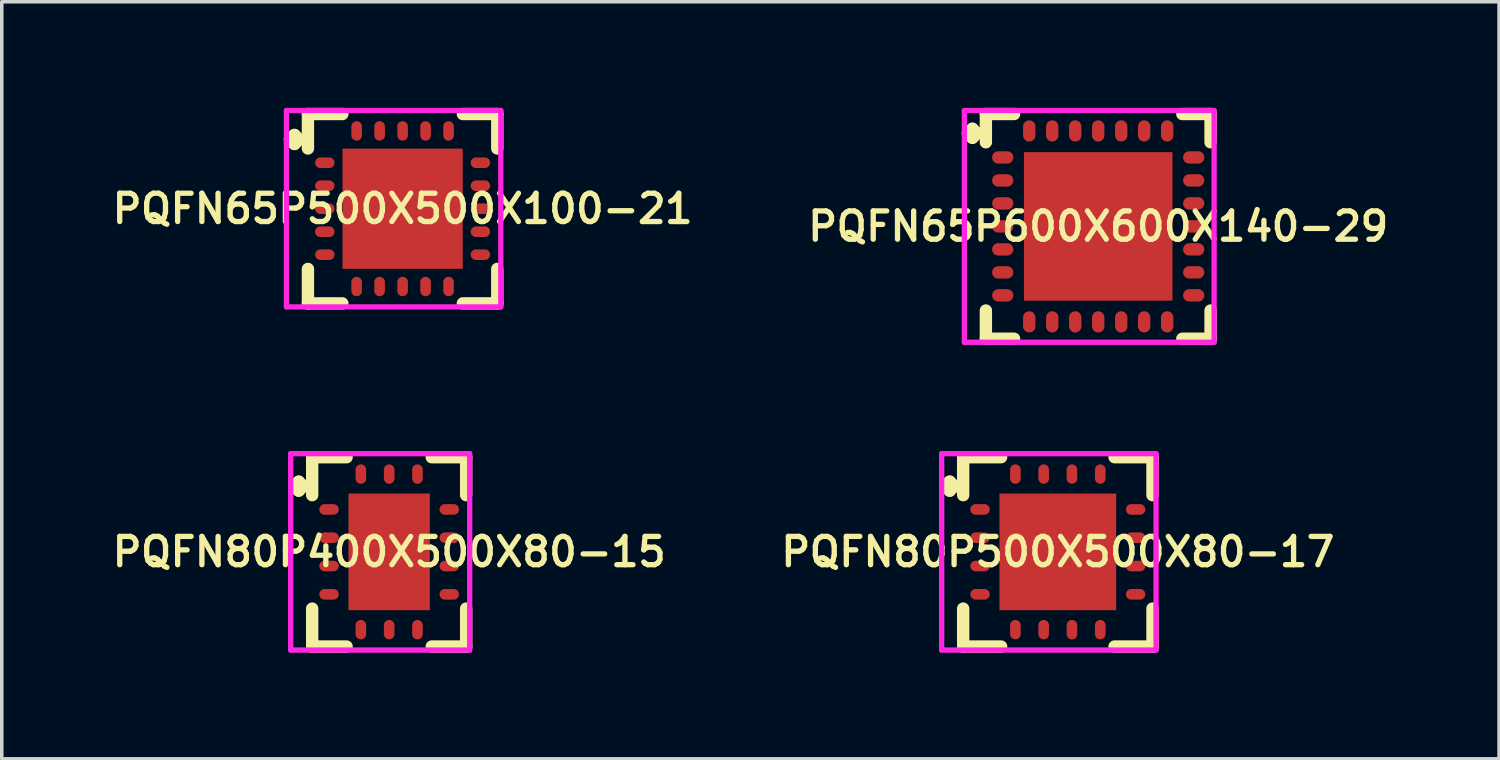
<source format=kicad_pcb>
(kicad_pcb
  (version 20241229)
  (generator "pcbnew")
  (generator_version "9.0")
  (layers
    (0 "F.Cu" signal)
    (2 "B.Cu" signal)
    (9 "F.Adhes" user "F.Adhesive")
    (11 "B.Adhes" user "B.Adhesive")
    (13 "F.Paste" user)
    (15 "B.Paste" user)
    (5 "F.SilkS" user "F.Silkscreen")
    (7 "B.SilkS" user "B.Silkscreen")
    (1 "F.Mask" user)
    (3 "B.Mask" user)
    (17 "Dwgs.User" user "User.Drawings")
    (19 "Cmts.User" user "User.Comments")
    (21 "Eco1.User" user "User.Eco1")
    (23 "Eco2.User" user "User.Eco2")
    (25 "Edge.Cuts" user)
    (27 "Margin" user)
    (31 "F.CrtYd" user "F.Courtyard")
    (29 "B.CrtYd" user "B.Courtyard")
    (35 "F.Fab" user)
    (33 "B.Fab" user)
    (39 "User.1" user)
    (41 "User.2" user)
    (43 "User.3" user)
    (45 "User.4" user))
  (footprint "PQFN65P600X600X140-29"
    (layer "F.Cu")
    (at 28.006 3.352)
    (property "Reference" "PQFN65P600X600X140-29" (at 0 0 0) (layer "F.SilkS") (effects (font (size 0.8 0.8) (thickness 0.15))))
    (attr smd)
    (fp_line (start -3.685 -2.633) (end -3.558 -2.76) (stroke (width 0.35) (type solid)) (layer "F.SilkS"))
    (fp_line (start -3.558 -2.76) (end -3.431 -2.633) (stroke (width 0.35) (type solid)) (layer "F.SilkS"))
    (fp_line (start -3.558 -2.506) (end -3.685 -2.633) (stroke (width 0.35) (type solid)) (layer "F.SilkS"))
    (fp_line (start -3.431 -2.633) (end -3.558 -2.506) (stroke (width 0.35) (type solid)) (layer "F.SilkS"))
    (fp_line (start -3.177 -3.177) (end -2.379 -3.177) (stroke (width 0.35) (type solid)) (layer "F.SilkS"))
    (fp_line (start -3.177 -2.379) (end -3.177 -3.177) (stroke (width 0.35) (type solid)) (layer "F.SilkS"))
    (fp_line (start -3.177 2.379) (end -3.177 3.177) (stroke (width 0.35) (type solid)) (layer "F.SilkS"))
    (fp_line (start -3.177 3.177) (end -2.379 3.177) (stroke (width 0.35) (type solid)) (layer "F.SilkS"))
    (fp_line (start 2.379 -3.177) (end 3.177 -3.177) (stroke (width 0.35) (type solid)) (layer "F.SilkS"))
    (fp_line (start 2.379 3.177) (end 3.177 3.177) (stroke (width 0.35) (type solid)) (layer "F.SilkS"))
    (fp_line (start 3.177 -3.177) (end 3.177 -2.379) (stroke (width 0.35) (type solid)) (layer "F.SilkS"))
    (fp_line (start 3.177 3.177) (end 3.177 2.379) (stroke (width 0.35) (type solid)) (layer "F.SilkS"))
    (fp_line (start -3.785 -3.277) (end 3.277 -3.277) (stroke (width 0.15) (type solid)) (layer "F.CrtYd"))
    (fp_line (start -3.785 3.277) (end -3.785 -3.277) (stroke (width 0.15) (type solid)) (layer "F.CrtYd"))
    (fp_line (start 3.277 -3.277) (end 3.277 3.277) (stroke (width 0.15) (type solid)) (layer "F.CrtYd"))
    (fp_line (start 3.277 3.277) (end -3.785 3.277) (stroke (width 0.15) (type solid)) (layer "F.CrtYd"))
    (pad "1" smd oval (at -2.7 -1.95) (size 0.6 0.35) (layers "F.Cu" "F.Mask" "F.Paste"))
    (pad "2" smd oval (at -2.7 -1.3) (size 0.6 0.35) (layers "F.Cu" "F.Mask" "F.Paste"))
    (pad "3" smd oval (at -2.7 -0.65) (size 0.6 0.35) (layers "F.Cu" "F.Mask" "F.Paste"))
    (pad "4" smd oval (at -2.7 0) (size 0.6 0.35) (layers "F.Cu" "F.Mask" "F.Paste"))
    (pad "5" smd oval (at -2.7 0.65) (size 0.6 0.35) (layers "F.Cu" "F.Mask" "F.Paste"))
    (pad "6" smd oval (at -2.7 1.3) (size 0.6 0.35) (layers "F.Cu" "F.Mask" "F.Paste"))
    (pad "7" smd oval (at -2.7 1.95) (size 0.6 0.35) (layers "F.Cu" "F.Mask" "F.Paste"))
    (pad "8" smd oval (at -1.95 2.7) (size 0.35 0.6) (layers "F.Cu" "F.Mask" "F.Paste"))
    (pad "9" smd oval (at -1.3 2.7) (size 0.35 0.6) (layers "F.Cu" "F.Mask" "F.Paste"))
    (pad "10" smd oval (at -0.65 2.7) (size 0.35 0.6) (layers "F.Cu" "F.Mask" "F.Paste"))
    (pad "11" smd oval (at 0 2.7) (size 0.35 0.6) (layers "F.Cu" "F.Mask" "F.Paste"))
    (pad "12" smd oval (at 0.65 2.7) (size 0.35 0.6) (layers "F.Cu" "F.Mask" "F.Paste"))
    (pad "13" smd oval (at 1.3 2.7) (size 0.35 0.6) (layers "F.Cu" "F.Mask" "F.Paste"))
    (pad "14" smd oval (at 1.95 2.7) (size 0.35 0.6) (layers "F.Cu" "F.Mask" "F.Paste"))
    (pad "15" smd oval (at 2.7 1.95) (size 0.6 0.35) (layers "F.Cu" "F.Mask" "F.Paste"))
    (pad "16" smd oval (at 2.7 1.3) (size 0.6 0.35) (layers "F.Cu" "F.Mask" "F.Paste"))
    (pad "17" smd oval (at 2.7 0.65) (size 0.6 0.35) (layers "F.Cu" "F.Mask" "F.Paste"))
    (pad "18" smd oval (at 2.7 0) (size 0.6 0.35) (layers "F.Cu" "F.Mask" "F.Paste"))
    (pad "19" smd oval (at 2.7 -0.65) (size 0.6 0.35) (layers "F.Cu" "F.Mask" "F.Paste"))
    (pad "20" smd oval (at 2.7 -1.3) (size 0.6 0.35) (layers "F.Cu" "F.Mask" "F.Paste"))
    (pad "21" smd oval (at 2.7 -1.95) (size 0.6 0.35) (layers "F.Cu" "F.Mask" "F.Paste"))
    (pad "22" smd oval (at 1.95 -2.7) (size 0.35 0.6) (layers "F.Cu" "F.Mask" "F.Paste"))
    (pad "23" smd oval (at 1.3 -2.7) (size 0.35 0.6) (layers "F.Cu" "F.Mask" "F.Paste"))
    (pad "24" smd oval (at 0.65 -2.7) (size 0.35 0.6) (layers "F.Cu" "F.Mask" "F.Paste"))
    (pad "25" smd oval (at 0 -2.7) (size 0.35 0.6) (layers "F.Cu" "F.Mask" "F.Paste"))
    (pad "26" smd oval (at -0.65 -2.7) (size 0.35 0.6) (layers "F.Cu" "F.Mask" "F.Paste"))
    (pad "27" smd oval (at -1.3 -2.7) (size 0.35 0.6) (layers "F.Cu" "F.Mask" "F.Paste"))
    (pad "28" smd oval (at -1.95 -2.7) (size 0.35 0.6) (layers "F.Cu" "F.Mask" "F.Paste"))
    (pad "29" smd rect (at 0 0) (size 4.2 4.2) (layers "F.Cu" "F.Mask" "F.Paste")))
  (footprint "PQFN80P400X500X80-15"
    (layer "F.Cu")
    (at 7.955 12.556)
    (property "Reference" "PQFN80P400X500X80-15" (at 0 0 0) (layer "F.SilkS") (effects (font (size 0.8 0.8) (thickness 0.15))))
    (attr smd)
    (fp_line (start -2.685 -1.858) (end -2.558 -1.985) (stroke (width 0.35) (type solid)) (layer "F.SilkS"))
    (fp_line (start -2.558 -1.985) (end -2.431 -1.858) (stroke (width 0.35) (type solid)) (layer "F.SilkS"))
    (fp_line (start -2.558 -1.731) (end -2.685 -1.858) (stroke (width 0.35) (type solid)) (layer "F.SilkS"))
    (fp_line (start -2.431 -1.858) (end -2.558 -1.731) (stroke (width 0.35) (type solid)) (layer "F.SilkS"))
    (fp_line (start -2.177 -2.677) (end -1.204 -2.677) (stroke (width 0.35) (type solid)) (layer "F.SilkS"))
    (fp_line (start -2.177 -1.604) (end -2.177 -2.677) (stroke (width 0.35) (type solid)) (layer "F.SilkS"))
    (fp_line (start -2.177 1.604) (end -2.177 2.677) (stroke (width 0.35) (type solid)) (layer "F.SilkS"))
    (fp_line (start -2.177 2.677) (end -1.204 2.677) (stroke (width 0.35) (type solid)) (layer "F.SilkS"))
    (fp_line (start 1.204 -2.677) (end 2.177 -2.677) (stroke (width 0.35) (type solid)) (layer "F.SilkS"))
    (fp_line (start 1.204 2.677) (end 2.177 2.677) (stroke (width 0.35) (type solid)) (layer "F.SilkS"))
    (fp_line (start 2.177 -2.677) (end 2.177 -1.604) (stroke (width 0.35) (type solid)) (layer "F.SilkS"))
    (fp_line (start 2.177 2.677) (end 2.177 1.604) (stroke (width 0.35) (type solid)) (layer "F.SilkS"))
    (fp_line (start -2.785 -2.777) (end 2.277 -2.777) (stroke (width 0.15) (type solid)) (layer "F.CrtYd"))
    (fp_line (start -2.785 2.777) (end -2.785 -2.777) (stroke (width 0.15) (type solid)) (layer "F.CrtYd"))
    (fp_line (start 2.277 -2.777) (end 2.277 2.777) (stroke (width 0.15) (type solid)) (layer "F.CrtYd"))
    (fp_line (start 2.277 2.777) (end -2.785 2.777) (stroke (width 0.15) (type solid)) (layer "F.CrtYd"))
    (pad "1" smd oval (at -1.7 -1.2) (size 0.55 0.3) (layers "F.Cu" "F.Mask" "F.Paste"))
    (pad "2" smd oval (at -1.7 -0.4) (size 0.55 0.3) (layers "F.Cu" "F.Mask" "F.Paste"))
    (pad "3" smd oval (at -1.7 0.4) (size 0.55 0.3) (layers "F.Cu" "F.Mask" "F.Paste"))
    (pad "4" smd oval (at -1.7 1.2) (size 0.55 0.3) (layers "F.Cu" "F.Mask" "F.Paste"))
    (pad "5" smd oval (at -0.8 2.2) (size 0.3 0.55) (layers "F.Cu" "F.Mask" "F.Paste"))
    (pad "6" smd oval (at 0 2.2) (size 0.3 0.55) (layers "F.Cu" "F.Mask" "F.Paste"))
    (pad "7" smd oval (at 0.8 2.2) (size 0.3 0.55) (layers "F.Cu" "F.Mask" "F.Paste"))
    (pad "8" smd oval (at 1.7 1.2) (size 0.55 0.3) (layers "F.Cu" "F.Mask" "F.Paste"))
    (pad "9" smd oval (at 1.7 0.4) (size 0.55 0.3) (layers "F.Cu" "F.Mask" "F.Paste"))
    (pad "10" smd oval (at 1.7 -0.4) (size 0.55 0.3) (layers "F.Cu" "F.Mask" "F.Paste"))
    (pad "11" smd oval (at 1.7 -1.2) (size 0.55 0.3) (layers "F.Cu" "F.Mask" "F.Paste"))
    (pad "12" smd oval (at 0.8 -2.2) (size 0.3 0.55) (layers "F.Cu" "F.Mask" "F.Paste"))
    (pad "13" smd oval (at 0 -2.2) (size 0.3 0.55) (layers "F.Cu" "F.Mask" "F.Paste"))
    (pad "14" smd oval (at -0.8 -2.2) (size 0.3 0.55) (layers "F.Cu" "F.Mask" "F.Paste"))
    (pad "15" smd rect (at 0 0) (size 2.3 3.3) (layers "F.Cu" "F.Mask" "F.Paste")))
  (footprint "PQFN65P500X500X100-21"
    (layer "F.Cu")
    (at 8.335 2.852)
    (property "Reference" "PQFN65P500X500X100-21" (at 0 0 0) (layer "F.SilkS") (effects (font (size 0.8 0.8) (thickness 0.15))))
    (attr smd)
    (fp_line (start -3.185 -1.958) (end -3.058 -2.085) (stroke (width 0.35) (type solid)) (layer "F.SilkS"))
    (fp_line (start -3.058 -2.085) (end -2.931 -1.958) (stroke (width 0.35) (type solid)) (layer "F.SilkS"))
    (fp_line (start -3.058 -1.831) (end -3.185 -1.958) (stroke (width 0.35) (type solid)) (layer "F.SilkS"))
    (fp_line (start -2.931 -1.958) (end -3.058 -1.831) (stroke (width 0.35) (type solid)) (layer "F.SilkS"))
    (fp_line (start -2.677 -2.677) (end -1.704 -2.677) (stroke (width 0.35) (type solid)) (layer "F.SilkS"))
    (fp_line (start -2.677 -1.704) (end -2.677 -2.677) (stroke (width 0.35) (type solid)) (layer "F.SilkS"))
    (fp_line (start -2.677 1.704) (end -2.677 2.677) (stroke (width 0.35) (type solid)) (layer "F.SilkS"))
    (fp_line (start -2.677 2.677) (end -1.704 2.677) (stroke (width 0.35) (type solid)) (layer "F.SilkS"))
    (fp_line (start 1.704 -2.677) (end 2.677 -2.677) (stroke (width 0.35) (type solid)) (layer "F.SilkS"))
    (fp_line (start 1.704 2.677) (end 2.677 2.677) (stroke (width 0.35) (type solid)) (layer "F.SilkS"))
    (fp_line (start 2.677 -2.677) (end 2.677 -1.704) (stroke (width 0.35) (type solid)) (layer "F.SilkS"))
    (fp_line (start 2.677 2.677) (end 2.677 1.704) (stroke (width 0.35) (type solid)) (layer "F.SilkS"))
    (fp_line (start -3.285 -2.777) (end 2.777 -2.777) (stroke (width 0.15) (type solid)) (layer "F.CrtYd"))
    (fp_line (start -3.285 2.777) (end -3.285 -2.777) (stroke (width 0.15) (type solid)) (layer "F.CrtYd"))
    (fp_line (start 2.777 -2.777) (end 2.777 2.777) (stroke (width 0.15) (type solid)) (layer "F.CrtYd"))
    (fp_line (start 2.777 2.777) (end -3.285 2.777) (stroke (width 0.15) (type solid)) (layer "F.CrtYd"))
    (pad "1" smd oval (at -2.2 -1.3) (size 0.55 0.3) (layers "F.Cu" "F.Mask" "F.Paste"))
    (pad "2" smd oval (at -2.2 -0.65) (size 0.55 0.3) (layers "F.Cu" "F.Mask" "F.Paste"))
    (pad "3" smd oval (at -2.2 0) (size 0.55 0.3) (layers "F.Cu" "F.Mask" "F.Paste"))
    (pad "4" smd oval (at -2.2 0.65) (size 0.55 0.3) (layers "F.Cu" "F.Mask" "F.Paste"))
    (pad "5" smd oval (at -2.2 1.3) (size 0.55 0.3) (layers "F.Cu" "F.Mask" "F.Paste"))
    (pad "6" smd oval (at -1.3 2.2) (size 0.3 0.55) (layers "F.Cu" "F.Mask" "F.Paste"))
    (pad "7" smd oval (at -0.65 2.2) (size 0.3 0.55) (layers "F.Cu" "F.Mask" "F.Paste"))
    (pad "8" smd oval (at 0 2.2) (size 0.3 0.55) (layers "F.Cu" "F.Mask" "F.Paste"))
    (pad "9" smd oval (at 0.65 2.2) (size 0.3 0.55) (layers "F.Cu" "F.Mask" "F.Paste"))
    (pad "10" smd oval (at 1.3 2.2) (size 0.3 0.55) (layers "F.Cu" "F.Mask" "F.Paste"))
    (pad "11" smd oval (at 2.2 1.3) (size 0.55 0.3) (layers "F.Cu" "F.Mask" "F.Paste"))
    (pad "12" smd oval (at 2.2 0.65) (size 0.55 0.3) (layers "F.Cu" "F.Mask" "F.Paste"))
    (pad "13" smd oval (at 2.2 0) (size 0.55 0.3) (layers "F.Cu" "F.Mask" "F.Paste"))
    (pad "14" smd oval (at 2.2 -0.65) (size 0.55 0.3) (layers "F.Cu" "F.Mask" "F.Paste"))
    (pad "15" smd oval (at 2.2 -1.3) (size 0.55 0.3) (layers "F.Cu" "F.Mask" "F.Paste"))
    (pad "16" smd oval (at 1.3 -2.2) (size 0.3 0.55) (layers "F.Cu" "F.Mask" "F.Paste"))
    (pad "17" smd oval (at 0.65 -2.2) (size 0.3 0.55) (layers "F.Cu" "F.Mask" "F.Paste"))
    (pad "18" smd oval (at 0 -2.2) (size 0.3 0.55) (layers "F.Cu" "F.Mask" "F.Paste"))
    (pad "19" smd oval (at -0.65 -2.2) (size 0.3 0.55) (layers "F.Cu" "F.Mask" "F.Paste"))
    (pad "20" smd oval (at -1.3 -2.2) (size 0.3 0.55) (layers "F.Cu" "F.Mask" "F.Paste"))
    (pad "21" smd rect (at 0 0) (size 3.4 3.4) (layers "F.Cu" "F.Mask" "F.Paste")))
  (footprint "PQFN80P500X500X80-17"
    (layer "F.Cu")
    (at 26.864 12.556)
    (property "Reference" "PQFN80P500X500X80-17" (at 0 0 0) (layer "F.SilkS") (effects (font (size 0.8 0.8) (thickness 0.15))))
    (attr smd)
    (fp_line (start -3.185 -1.858) (end -3.058 -1.985) (stroke (width 0.35) (type solid)) (layer "F.SilkS"))
    (fp_line (start -3.058 -1.985) (end -2.931 -1.858) (stroke (width 0.35) (type solid)) (layer "F.SilkS"))
    (fp_line (start -3.058 -1.731) (end -3.185 -1.858) (stroke (width 0.35) (type solid)) (layer "F.SilkS"))
    (fp_line (start -2.931 -1.858) (end -3.058 -1.731) (stroke (width 0.35) (type solid)) (layer "F.SilkS"))
    (fp_line (start -2.677 -2.677) (end -1.604 -2.677) (stroke (width 0.35) (type solid)) (layer "F.SilkS"))
    (fp_line (start -2.677 -1.604) (end -2.677 -2.677) (stroke (width 0.35) (type solid)) (layer "F.SilkS"))
    (fp_line (start -2.677 1.604) (end -2.677 2.677) (stroke (width 0.35) (type solid)) (layer "F.SilkS"))
    (fp_line (start -2.677 2.677) (end -1.604 2.677) (stroke (width 0.35) (type solid)) (layer "F.SilkS"))
    (fp_line (start 1.604 -2.677) (end 2.677 -2.677) (stroke (width 0.35) (type solid)) (layer "F.SilkS"))
    (fp_line (start 1.604 2.677) (end 2.677 2.677) (stroke (width 0.35) (type solid)) (layer "F.SilkS"))
    (fp_line (start 2.677 -2.677) (end 2.677 -1.604) (stroke (width 0.35) (type solid)) (layer "F.SilkS"))
    (fp_line (start 2.677 2.677) (end 2.677 1.604) (stroke (width 0.35) (type solid)) (layer "F.SilkS"))
    (fp_line (start -3.285 -2.777) (end 2.777 -2.777) (stroke (width 0.15) (type solid)) (layer "F.CrtYd"))
    (fp_line (start -3.285 2.777) (end -3.285 -2.777) (stroke (width 0.15) (type solid)) (layer "F.CrtYd"))
    (fp_line (start 2.777 -2.777) (end 2.777 2.777) (stroke (width 0.15) (type solid)) (layer "F.CrtYd"))
    (fp_line (start 2.777 2.777) (end -3.285 2.777) (stroke (width 0.15) (type solid)) (layer "F.CrtYd"))
    (pad "1" smd oval (at -2.2 -1.2) (size 0.55 0.3) (layers "F.Cu" "F.Mask" "F.Paste"))
    (pad "2" smd oval (at -2.2 -0.4) (size 0.55 0.3) (layers "F.Cu" "F.Mask" "F.Paste"))
    (pad "3" smd oval (at -2.2 0.4) (size 0.55 0.3) (layers "F.Cu" "F.Mask" "F.Paste"))
    (pad "4" smd oval (at -2.2 1.2) (size 0.55 0.3) (layers "F.Cu" "F.Mask" "F.Paste"))
    (pad "5" smd oval (at -1.2 2.2) (size 0.3 0.55) (layers "F.Cu" "F.Mask" "F.Paste"))
    (pad "6" smd oval (at -0.4 2.2) (size 0.3 0.55) (layers "F.Cu" "F.Mask" "F.Paste"))
    (pad "7" smd oval (at 0.4 2.2) (size 0.3 0.55) (layers "F.Cu" "F.Mask" "F.Paste"))
    (pad "8" smd oval (at 1.2 2.2) (size 0.3 0.55) (layers "F.Cu" "F.Mask" "F.Paste"))
    (pad "9" smd oval (at 2.2 1.2) (size 0.55 0.3) (layers "F.Cu" "F.Mask" "F.Paste"))
    (pad "10" smd oval (at 2.2 0.4) (size 0.55 0.3) (layers "F.Cu" "F.Mask" "F.Paste"))
    (pad "11" smd oval (at 2.2 -0.4) (size 0.55 0.3) (layers "F.Cu" "F.Mask" "F.Paste"))
    (pad "12" smd oval (at 2.2 -1.2) (size 0.55 0.3) (layers "F.Cu" "F.Mask" "F.Paste"))
    (pad "13" smd oval (at 1.2 -2.2) (size 0.3 0.55) (layers "F.Cu" "F.Mask" "F.Paste"))
    (pad "14" smd oval (at 0.4 -2.2) (size 0.3 0.55) (layers "F.Cu" "F.Mask" "F.Paste"))
    (pad "15" smd oval (at -0.4 -2.2) (size 0.3 0.55) (layers "F.Cu" "F.Mask" "F.Paste"))
    (pad "16" smd oval (at -1.2 -2.2) (size 0.3 0.55) (layers "F.Cu" "F.Mask" "F.Paste"))
    (pad "17" smd rect (at 0 0) (size 3.3 3.3) (layers "F.Cu" "F.Mask" "F.Paste")))
  (gr_rect
    (start -3 -3)
    (end 39.342 18.408)
    (stroke (width 0.1) (type default))
    (fill no)
    (layer "Edge.Cuts")))
</source>
